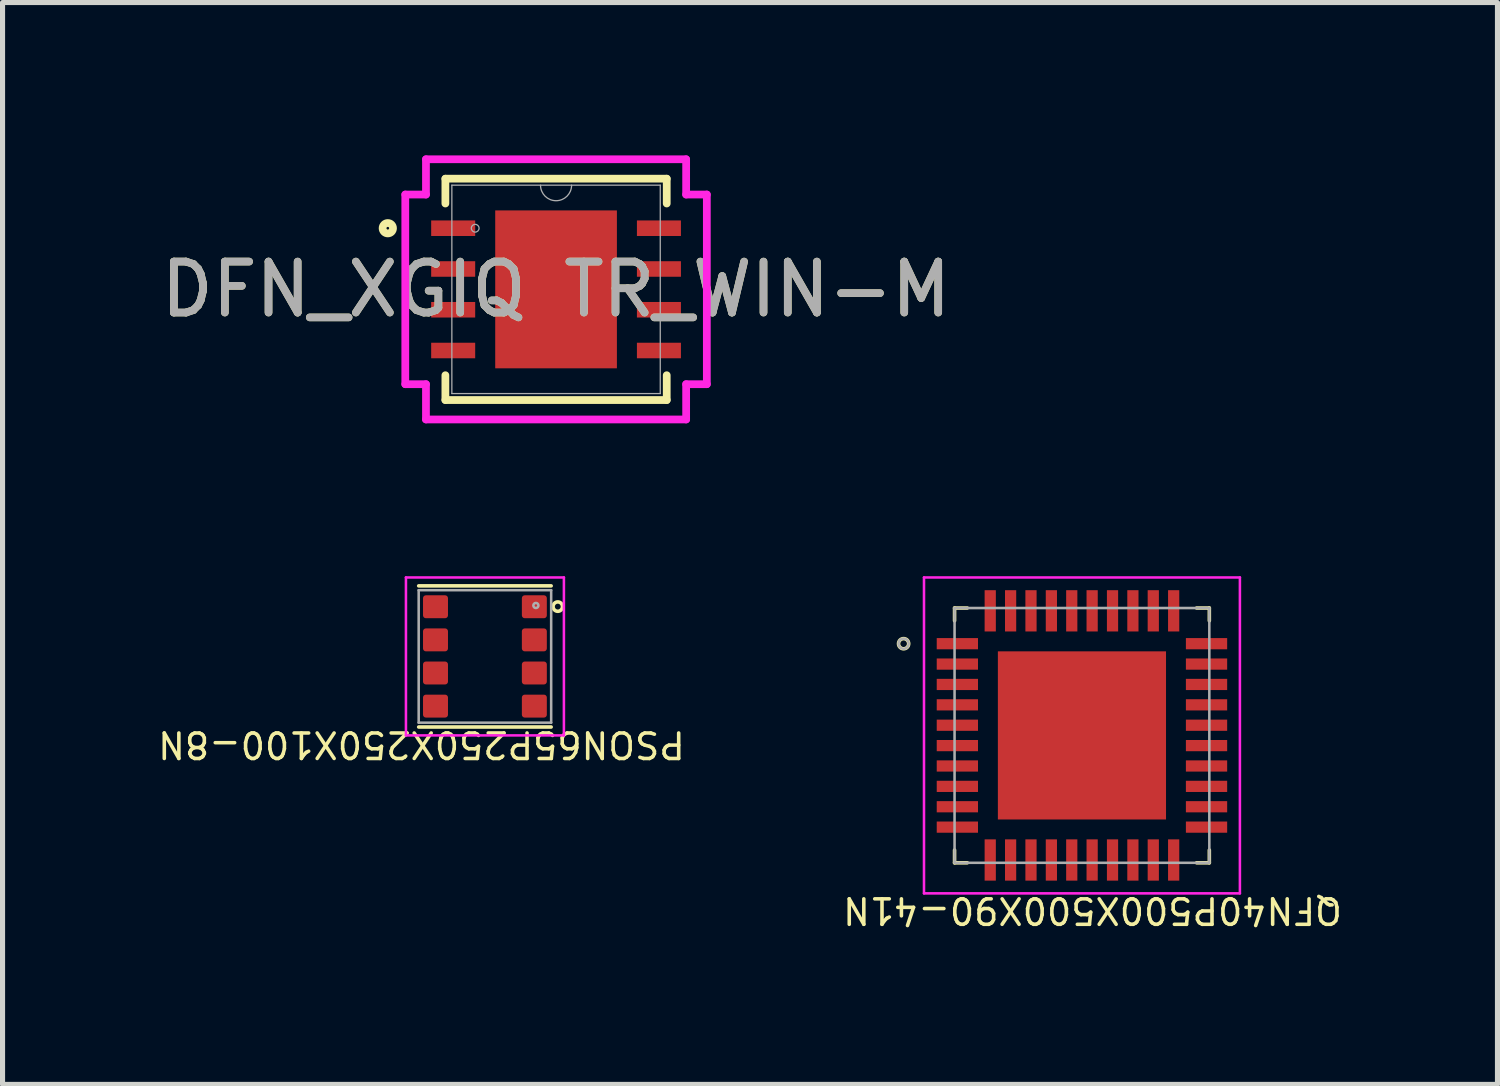
<source format=kicad_pcb>
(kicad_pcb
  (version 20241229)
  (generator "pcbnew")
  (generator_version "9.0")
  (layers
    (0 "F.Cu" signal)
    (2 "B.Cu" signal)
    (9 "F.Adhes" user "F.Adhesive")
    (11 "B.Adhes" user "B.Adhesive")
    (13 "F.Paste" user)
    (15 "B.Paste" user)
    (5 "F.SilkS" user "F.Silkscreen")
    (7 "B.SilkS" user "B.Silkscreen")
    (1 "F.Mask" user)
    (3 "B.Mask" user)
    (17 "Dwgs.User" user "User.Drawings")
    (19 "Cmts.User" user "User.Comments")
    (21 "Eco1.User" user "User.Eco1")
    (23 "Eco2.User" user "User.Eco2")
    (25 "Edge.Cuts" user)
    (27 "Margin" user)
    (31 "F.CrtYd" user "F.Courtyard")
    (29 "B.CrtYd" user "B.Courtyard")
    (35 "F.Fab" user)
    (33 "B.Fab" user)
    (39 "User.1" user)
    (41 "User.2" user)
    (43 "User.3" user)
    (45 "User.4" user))
  (footprint "QFN40P500X500X90-41N"
    (layer "F.Cu")
    (at 18.184 11.383)
    (property "Reference" "QFN40P500X500X90-41N" (at 0.207 3.435 180) (unlocked yes) (layer "F.SilkS") (effects (font (size 0.5 0.5) (thickness 0.07))))
    (attr smd)
    (fp_poly (pts (xy -1.7 -1.7) (xy 1.7 -1.7) (xy 1.7 1.7) (xy -1.7 1.7)) (stroke (width 0.15) (type solid)) (fill yes) (layer "F.Mask"))
    (fp_line (start -2.5 -2.5) (end -2.5 -2.25) (stroke (width 0.07) (type solid)) (layer "F.SilkS"))
    (fp_line (start -2.5 -2.5) (end -2.25 -2.5) (stroke (width 0.07) (type solid)) (layer "F.SilkS"))
    (fp_line (start -2.5 2.25) (end -2.5 2.5) (stroke (width 0.07) (type solid)) (layer "F.SilkS"))
    (fp_line (start -2.5 2.5) (end -2.25 2.5) (stroke (width 0.07) (type solid)) (layer "F.SilkS"))
    (fp_line (start 2.25 -2.5) (end 2.5 -2.5) (stroke (width 0.07) (type solid)) (layer "F.SilkS"))
    (fp_line (start 2.25 2.5) (end 2.5 2.5) (stroke (width 0.07) (type solid)) (layer "F.SilkS"))
    (fp_line (start 2.5 -2.5) (end 2.5 -2.25) (stroke (width 0.07) (type solid)) (layer "F.SilkS"))
    (fp_line (start 2.5 2.5) (end 2.5 2.25) (stroke (width 0.07) (type solid)) (layer "F.SilkS"))
    (fp_circle (center -3.5 -1.8) (end -3.4 -1.8) (stroke (width 0.07) (type solid)) (fill no) (layer "F.SilkS"))
    (fp_poly (pts (xy -1.044 -1.044) (xy 1.044 -1.044) (xy 1.044 1.044) (xy -1.044 1.044)) (stroke (width 0.15) (type solid)) (fill yes) (layer "F.Paste"))
    (fp_line (start -3.1 -3.1) (end 3.1 -3.1) (stroke (width 0.05) (type solid)) (layer "F.CrtYd"))
    (fp_line (start -3.1 3.1) (end -3.1 -3.1) (stroke (width 0.05) (type solid)) (layer "F.CrtYd"))
    (fp_line (start 3.1 -3.1) (end 3.1 3.1) (stroke (width 0.05) (type solid)) (layer "F.CrtYd"))
    (fp_line (start 3.1 3.1) (end -3.1 3.1) (stroke (width 0.05) (type solid)) (layer "F.CrtYd"))
    (fp_line (start -2.5 -2.5) (end 2.5 -2.5) (stroke (width 0.05) (type solid)) (layer "F.Fab"))
    (fp_line (start -2.5 2.5) (end -2.5 -2.5) (stroke (width 0.05) (type solid)) (layer "F.Fab"))
    (fp_line (start 2.5 -2.5) (end 2.5 2.5) (stroke (width 0.05) (type solid)) (layer "F.Fab"))
    (fp_line (start 2.5 2.5) (end -2.5 2.5) (stroke (width 0.05) (type solid)) (layer "F.Fab"))
    (fp_circle (center -3.5 -1.8) (end -3.4 -1.8) (stroke (width 0.05) (type solid)) (fill no) (layer "F.Fab"))
    (pad "1" smd rect (at -2.445 -1.8) (size 0.81 0.22) (layers "F.Cu" "F.Mask" "F.Paste"))
    (pad "2" smd rect (at -2.445 -1.4) (size 0.81 0.22) (layers "F.Cu" "F.Mask" "F.Paste"))
    (pad "3" smd rect (at -2.445 -1) (size 0.81 0.22) (layers "F.Cu" "F.Mask" "F.Paste"))
    (pad "4" smd rect (at -2.445 -0.6) (size 0.81 0.22) (layers "F.Cu" "F.Mask" "F.Paste"))
    (pad "5" smd rect (at -2.445 -0.2) (size 0.81 0.22) (layers "F.Cu" "F.Mask" "F.Paste"))
    (pad "6" smd rect (at -2.445 0.2) (size 0.81 0.22) (layers "F.Cu" "F.Mask" "F.Paste"))
    (pad "7" smd rect (at -2.445 0.6) (size 0.81 0.22) (layers "F.Cu" "F.Mask" "F.Paste"))
    (pad "8" smd rect (at -2.445 1) (size 0.81 0.22) (layers "F.Cu" "F.Mask" "F.Paste"))
    (pad "9" smd rect (at -2.445 1.4) (size 0.81 0.22) (layers "F.Cu" "F.Mask" "F.Paste"))
    (pad "10" smd rect (at -2.445 1.8) (size 0.81 0.22) (layers "F.Cu" "F.Mask" "F.Paste"))
    (pad "11" smd rect (at -1.8 2.445) (size 0.22 0.81) (layers "F.Cu" "F.Mask" "F.Paste"))
    (pad "12" smd rect (at -1.4 2.445) (size 0.22 0.81) (layers "F.Cu" "F.Mask" "F.Paste"))
    (pad "13" smd rect (at -1 2.445) (size 0.22 0.81) (layers "F.Cu" "F.Mask" "F.Paste"))
    (pad "14" smd rect (at -0.6 2.445) (size 0.22 0.81) (layers "F.Cu" "F.Mask" "F.Paste"))
    (pad "15" smd rect (at -0.2 2.445) (size 0.22 0.81) (layers "F.Cu" "F.Mask" "F.Paste"))
    (pad "16" smd rect (at 0.2 2.445) (size 0.22 0.81) (layers "F.Cu" "F.Mask" "F.Paste"))
    (pad "17" smd rect (at 0.6 2.445) (size 0.22 0.81) (layers "F.Cu" "F.Mask" "F.Paste"))
    (pad "18" smd rect (at 1 2.445) (size 0.22 0.81) (layers "F.Cu" "F.Mask" "F.Paste"))
    (pad "19" smd rect (at 1.4 2.445) (size 0.22 0.81) (layers "F.Cu" "F.Mask" "F.Paste"))
    (pad "20" smd rect (at 1.8 2.445) (size 0.22 0.81) (layers "F.Cu" "F.Mask" "F.Paste"))
    (pad "21" smd rect (at 2.445 1.8) (size 0.81 0.22) (layers "F.Cu" "F.Mask" "F.Paste"))
    (pad "22" smd rect (at 2.445 1.4) (size 0.81 0.22) (layers "F.Cu" "F.Mask" "F.Paste"))
    (pad "23" smd rect (at 2.445 1) (size 0.81 0.22) (layers "F.Cu" "F.Mask" "F.Paste"))
    (pad "24" smd rect (at 2.445 0.6) (size 0.81 0.22) (layers "F.Cu" "F.Mask" "F.Paste"))
    (pad "25" smd rect (at 2.445 0.2) (size 0.81 0.22) (layers "F.Cu" "F.Mask" "F.Paste"))
    (pad "26" smd rect (at 2.445 -0.2) (size 0.81 0.22) (layers "F.Cu" "F.Mask" "F.Paste"))
    (pad "27" smd rect (at 2.445 -0.6) (size 0.81 0.22) (layers "F.Cu" "F.Mask" "F.Paste"))
    (pad "28" smd rect (at 2.445 -1) (size 0.81 0.22) (layers "F.Cu" "F.Mask" "F.Paste"))
    (pad "29" smd rect (at 2.445 -1.4) (size 0.81 0.22) (layers "F.Cu" "F.Mask" "F.Paste"))
    (pad "30" smd rect (at 2.445 -1.8) (size 0.81 0.22) (layers "F.Cu" "F.Mask" "F.Paste"))
    (pad "31" smd rect (at 1.8 -2.445) (size 0.22 0.81) (layers "F.Cu" "F.Mask" "F.Paste"))
    (pad "32" smd rect (at 1.4 -2.445) (size 0.22 0.81) (layers "F.Cu" "F.Mask" "F.Paste"))
    (pad "33" smd rect (at 1 -2.445) (size 0.22 0.81) (layers "F.Cu" "F.Mask" "F.Paste"))
    (pad "34" smd rect (at 0.6 -2.445) (size 0.22 0.81) (layers "F.Cu" "F.Mask" "F.Paste"))
    (pad "35" smd rect (at 0.2 -2.445) (size 0.22 0.81) (layers "F.Cu" "F.Mask" "F.Paste"))
    (pad "36" smd rect (at -0.2 -2.445) (size 0.22 0.81) (layers "F.Cu" "F.Mask" "F.Paste"))
    (pad "37" smd rect (at -0.6 -2.445) (size 0.22 0.81) (layers "F.Cu" "F.Mask" "F.Paste"))
    (pad "38" smd rect (at -1 -2.445) (size 0.22 0.81) (layers "F.Cu" "F.Mask" "F.Paste"))
    (pad "39" smd rect (at -1.4 -2.445) (size 0.22 0.81) (layers "F.Cu" "F.Mask" "F.Paste"))
    (pad "40" smd rect (at -1.8 -2.445) (size 0.22 0.81) (layers "F.Cu" "F.Mask" "F.Paste"))
    (pad "41" smd rect (at 0 0) (size 3.3 3.3) (layers "F.Cu")))
  (footprint "PSON65P250X250X100-8N"
    (layer "F.Cu")
    (at 6.467 9.833)
    (property "Reference" "PSON65P250X250X100-8N" (at -1.245 1.73 180) (unlocked yes) (layer "F.SilkS") (effects (font (size 0.5 0.5) (thickness 0.07))))
    (attr smd)
    (fp_line (start -1.3 -1.385) (end 1.3 -1.385) (stroke (width 0.07) (type solid)) (layer "F.SilkS"))
    (fp_line (start -1.3 1.385) (end 1.3 1.385) (stroke (width 0.07) (type solid)) (layer "F.SilkS"))
    (fp_circle (center 1.43 -0.978) (end 1.52 -0.958) (stroke (width 0.07) (type solid)) (fill no) (layer "F.SilkS"))
    (fp_line (start -1.55 -1.55) (end 1.55 -1.55) (stroke (width 0.05) (type solid)) (layer "F.CrtYd"))
    (fp_line (start -1.55 1.55) (end -1.55 -1.55) (stroke (width 0.05) (type solid)) (layer "F.CrtYd"))
    (fp_line (start 1.55 -1.55) (end 1.55 1.55) (stroke (width 0.05) (type solid)) (layer "F.CrtYd"))
    (fp_line (start 1.55 1.55) (end -1.55 1.55) (stroke (width 0.05) (type solid)) (layer "F.CrtYd"))
    (fp_line (start -1.3 -1.3) (end -1.3 1.3) (stroke (width 0.05) (type solid)) (layer "F.Fab"))
    (fp_line (start -1.3 1.3) (end 1.3 1.3) (stroke (width 0.05) (type solid)) (layer "F.Fab"))
    (fp_line (start 1.3 -1.3) (end -1.3 -1.3) (stroke (width 0.05) (type solid)) (layer "F.Fab"))
    (fp_line (start 1.3 1.3) (end 1.3 -1.3) (stroke (width 0.05) (type solid)) (layer "F.Fab"))
    (fp_circle (center 1 -1) (end 1.05 -1) (stroke (width 0.05) (type solid)) (fill no) (layer "F.Fab"))
    (pad "1" smd roundrect (at 0.97 -0.975) (size 0.49 0.45) (layers "F.Cu" "F.Mask" "F.Paste") (roundrect_rratio 0.125))
    (pad "2" smd roundrect (at 0.97 -0.325) (size 0.49 0.45) (layers "F.Cu" "F.Mask" "F.Paste") (roundrect_rratio 0.125))
    (pad "3" smd roundrect (at 0.97 0.325) (size 0.49 0.45) (layers "F.Cu" "F.Mask" "F.Paste") (roundrect_rratio 0.125))
    (pad "4" smd roundrect (at 0.97 0.975) (size 0.49 0.45) (layers "F.Cu" "F.Mask" "F.Paste") (roundrect_rratio 0.125))
    (pad "5" smd roundrect (at -0.97 0.975) (size 0.49 0.45) (layers "F.Cu" "F.Mask" "F.Paste") (roundrect_rratio 0.125))
    (pad "6" smd roundrect (at -0.97 0.325) (size 0.49 0.45) (layers "F.Cu" "F.Mask" "F.Paste") (roundrect_rratio 0.125))
    (pad "7" smd roundrect (at -0.97 -0.325) (size 0.49 0.45) (layers "F.Cu" "F.Mask" "F.Paste") (roundrect_rratio 0.125))
    (pad "8" smd roundrect (at -0.97 -0.975) (size 0.49 0.45) (layers "F.Cu" "F.Mask" "F.Paste") (roundrect_rratio 0.125)))
  (footprint "DFN_XGIQ TR_WIN-M"
    (layer "F.Cu")
    (at 7.863 2.629)
    (property "Reference" "DFN_XGIQ TR_WIN-M" (at 0 0 0) (unlocked yes) (layer "F.SilkS") (effects (font (size 1 1) (thickness 0.15))))
    (attr smd)
    (fp_line (start -2.172 -2.172) (end -2.172 -1.685) (stroke (width 0.152) (type solid)) (layer "F.SilkS"))
    (fp_line (start -2.172 1.685) (end -2.172 2.172) (stroke (width 0.152) (type solid)) (layer "F.SilkS"))
    (fp_line (start -2.172 2.172) (end 2.172 2.172) (stroke (width 0.152) (type solid)) (layer "F.SilkS"))
    (fp_line (start 2.172 -2.172) (end -2.172 -2.172) (stroke (width 0.152) (type solid)) (layer "F.SilkS"))
    (fp_line (start 2.172 -1.685) (end 2.172 -2.172) (stroke (width 0.152) (type solid)) (layer "F.SilkS"))
    (fp_line (start 2.172 2.172) (end 2.172 1.685) (stroke (width 0.152) (type solid)) (layer "F.SilkS"))
    (fp_circle (center -3.302 -1.2) (end -3.2 -1.2) (stroke (width 0.152) (type solid)) (fill no) (layer "F.SilkS"))
    (fp_poly (pts (xy -1.094 -1.449) (xy -1.094 -0.1) (xy 1.094 -0.1) (xy 1.094 -1.449)) (stroke (width 0) (type solid)) (fill yes) (layer "F.Paste"))
    (fp_poly (pts (xy -1.094 0.1) (xy -1.094 1.449) (xy 1.094 1.449) (xy 1.094 0.1)) (stroke (width 0) (type solid)) (fill yes) (layer "F.Paste"))
    (fp_line (start -2.959 -1.861) (end -2.553 -1.861) (stroke (width 0.152) (type solid)) (layer "F.CrtYd"))
    (fp_line (start -2.959 1.861) (end -2.959 -1.861) (stroke (width 0.152) (type solid)) (layer "F.CrtYd"))
    (fp_line (start -2.959 1.861) (end -2.553 1.861) (stroke (width 0.152) (type solid)) (layer "F.CrtYd"))
    (fp_line (start -2.553 -2.553) (end 2.553 -2.553) (stroke (width 0.152) (type solid)) (layer "F.CrtYd"))
    (fp_line (start -2.553 -1.861) (end -2.553 -2.553) (stroke (width 0.152) (type solid)) (layer "F.CrtYd"))
    (fp_line (start -2.553 2.553) (end -2.553 1.861) (stroke (width 0.152) (type solid)) (layer "F.CrtYd"))
    (fp_line (start 2.553 -2.553) (end 2.553 -1.861) (stroke (width 0.152) (type solid)) (layer "F.CrtYd"))
    (fp_line (start 2.553 1.861) (end 2.553 2.553) (stroke (width 0.152) (type solid)) (layer "F.CrtYd"))
    (fp_line (start 2.553 2.553) (end -2.553 2.553) (stroke (width 0.152) (type solid)) (layer "F.CrtYd"))
    (fp_line (start 2.959 -1.861) (end 2.553 -1.861) (stroke (width 0.152) (type solid)) (layer "F.CrtYd"))
    (fp_line (start 2.959 -1.861) (end 2.959 1.861) (stroke (width 0.152) (type solid)) (layer "F.CrtYd"))
    (fp_line (start 2.959 1.861) (end 2.553 1.861) (stroke (width 0.152) (type solid)) (layer "F.CrtYd"))
    (fp_line (start -2.045 -2.045) (end -2.045 2.045) (stroke (width 0.025) (type solid)) (layer "F.Fab"))
    (fp_line (start -2.045 2.045) (end 2.045 2.045) (stroke (width 0.025) (type solid)) (layer "F.Fab"))
    (fp_line (start 2.045 -2.045) (end -2.045 -2.045) (stroke (width 0.025) (type solid)) (layer "F.Fab"))
    (fp_line (start 2.045 2.045) (end 2.045 -2.045) (stroke (width 0.025) (type solid)) (layer "F.Fab"))
    (fp_arc (start 0.3048 -2.0447) (mid 0 -1.7399) (end -0.3048 -2.0447) (stroke (width 0.0254) (type solid)) (layer "F.Fab"))
    (fp_circle (center -1.587 -1.2) (end -1.511 -1.2) (stroke (width 0.025) (type solid)) (fill no) (layer "F.Fab"))
    (fp_text user "${REFERENCE}" (at 0 0 0) (unlocked yes) (layer "F.Fab") (effects (font (size 1 1) (thickness 0.15))))
    (pad "1" smd rect (at -2.019 -1.2) (size 0.864 0.305) (layers "F.Cu" "F.Mask" "F.Paste"))
    (pad "2" smd rect (at -2.019 -0.4) (size 0.864 0.305) (layers "F.Cu" "F.Mask" "F.Paste"))
    (pad "3" smd rect (at -2.019 0.4) (size 0.864 0.305) (layers "F.Cu" "F.Mask" "F.Paste"))
    (pad "4" smd rect (at -2.019 1.2) (size 0.864 0.305) (layers "F.Cu" "F.Mask" "F.Paste"))
    (pad "5" smd rect (at 2.019 1.2) (size 0.864 0.305) (layers "F.Cu" "F.Mask" "F.Paste"))
    (pad "6" smd rect (at 2.019 0.4) (size 0.864 0.305) (layers "F.Cu" "F.Mask" "F.Paste"))
    (pad "7" smd rect (at 2.019 -0.4) (size 0.864 0.305) (layers "F.Cu" "F.Mask" "F.Paste"))
    (pad "8" smd rect (at 2.019 -1.2) (size 0.864 0.305) (layers "F.Cu" "F.Mask" "F.Paste"))
    (pad "9" smd rect (at 0 0) (size 2.388 3.099) (layers "F.Cu" "F.Mask" "F.Paste")))
  (gr_rect
    (start -3 -3)
    (end 26.339 18.233)
    (stroke (width 0.1) (type default))
    (fill no)
    (layer "Edge.Cuts")))
</source>
